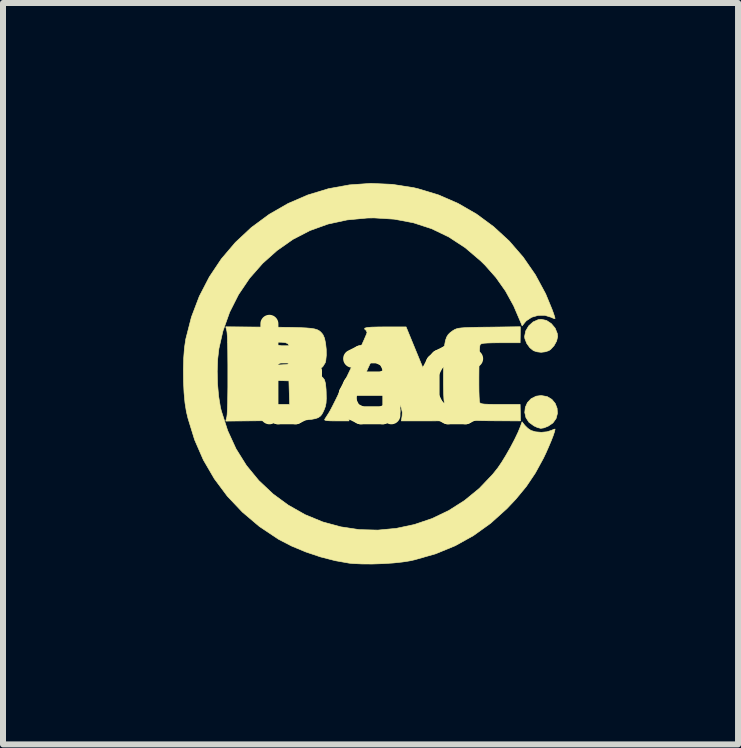
<source format=kicad_pcb>
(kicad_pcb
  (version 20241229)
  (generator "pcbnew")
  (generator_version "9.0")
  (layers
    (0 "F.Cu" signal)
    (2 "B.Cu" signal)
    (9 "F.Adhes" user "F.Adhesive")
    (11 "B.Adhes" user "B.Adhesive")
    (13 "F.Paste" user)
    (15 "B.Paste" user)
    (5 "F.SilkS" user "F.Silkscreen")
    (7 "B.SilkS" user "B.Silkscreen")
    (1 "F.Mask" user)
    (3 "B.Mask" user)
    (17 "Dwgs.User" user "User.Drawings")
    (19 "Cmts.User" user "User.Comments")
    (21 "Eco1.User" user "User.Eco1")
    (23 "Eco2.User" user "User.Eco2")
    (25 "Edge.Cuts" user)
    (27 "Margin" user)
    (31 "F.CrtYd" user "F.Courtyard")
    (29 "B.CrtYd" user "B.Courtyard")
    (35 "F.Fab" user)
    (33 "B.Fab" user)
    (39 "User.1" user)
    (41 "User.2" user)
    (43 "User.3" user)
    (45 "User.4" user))
  (footprint "bac"
    (layer "F.Cu")
    (at 3.107 3.179)
    (property "Reference" "bac" (at 0 0 0) (layer "F.SilkS") (effects (font (size 1.524 1.524) (thickness 0.3))))
    (attr through_hole)
    (fp_poly (pts (xy 2.957 0.377) (xy 3.036 0.424) (xy 3.092 0.491) (xy 3.124 0.573) (xy 3.129 0.659) (xy 3.107 0.743) (xy 3.054 0.817) (xy 2.976 0.87) (xy 2.904 0.899) (xy 2.851 0.907) (xy 2.796 0.893) (xy 2.738 0.866) (xy 2.655 0.806) (xy 2.605 0.729) (xy 2.585 0.643) (xy 2.594 0.557) (xy 2.63 0.477) (xy 2.691 0.413) (xy 2.775 0.371) (xy 2.857 0.36) (xy 2.957 0.377)) (stroke (width 0.01) (type solid)) (fill yes) (layer "F.SilkS"))
    (fp_poly (pts (xy 2.947 -0.891) (xy 3.027 -0.838) (xy 3.091 -0.762) (xy 3.127 -0.673) (xy 3.133 -0.623) (xy 3.116 -0.548) (xy 3.073 -0.47) (xy 3.015 -0.407) (xy 2.984 -0.387) (xy 2.925 -0.368) (xy 2.858 -0.36) (xy 2.857 -0.36) (xy 2.79 -0.368) (xy 2.731 -0.387) (xy 2.731 -0.387) (xy 2.67 -0.436) (xy 2.618 -0.508) (xy 2.587 -0.587) (xy 2.582 -0.623) (xy 2.601 -0.716) (xy 2.651 -0.8) (xy 2.724 -0.866) (xy 2.81 -0.904) (xy 2.857 -0.91) (xy 2.947 -0.891)) (stroke (width 0.01) (type solid)) (fill yes) (layer "F.SilkS"))
    (fp_poly (pts (xy 2.51 -0.652) (xy 2.508 -0.519) (xy 2.185 -0.519) (xy 2.057 -0.518) (xy 1.965 -0.515) (xy 1.903 -0.511) (xy 1.865 -0.503) (xy 1.845 -0.492) (xy 1.841 -0.487) (xy 1.835 -0.457) (xy 1.831 -0.393) (xy 1.827 -0.302) (xy 1.824 -0.192) (xy 1.822 -0.07) (xy 1.821 0.056) (xy 1.821 0.178) (xy 1.822 0.289) (xy 1.825 0.38) (xy 1.829 0.445) (xy 1.833 0.475) (xy 1.844 0.487) (xy 1.867 0.497) (xy 1.91 0.503) (xy 1.979 0.506) (xy 2.08 0.508) (xy 2.177 0.508) (xy 2.508 0.508) (xy 2.511 0.646) (xy 2.514 0.783) (xy 2.035 0.781) (xy 1.892 0.779) (xy 1.758 0.776) (xy 1.642 0.772) (xy 1.55 0.766) (xy 1.49 0.76) (xy 1.476 0.758) (xy 1.376 0.71) (xy 1.301 0.63) (xy 1.253 0.521) (xy 1.248 0.503) (xy 1.239 0.432) (xy 1.233 0.322) (xy 1.23 0.175) (xy 1.23 -0.005) (xy 1.231 -0.064) (xy 1.235 -0.235) (xy 1.24 -0.371) (xy 1.249 -0.475) (xy 1.263 -0.553) (xy 1.283 -0.612) (xy 1.31 -0.656) (xy 1.346 -0.691) (xy 1.392 -0.724) (xy 1.394 -0.725) (xy 1.42 -0.74) (xy 1.447 -0.751) (xy 1.481 -0.76) (xy 1.529 -0.766) (xy 1.594 -0.771) (xy 1.684 -0.774) (xy 1.804 -0.777) (xy 1.959 -0.779) (xy 1.991 -0.779) (xy 2.511 -0.786) (xy 2.51 -0.652)) (stroke (width 0.01) (type solid)) (fill yes) (layer "F.SilkS"))
    (fp_poly (pts (xy 0.899 -0.075) (xy 0.968 0.091) (xy 1.033 0.246) (xy 1.094 0.387) (xy 1.147 0.509) (xy 1.191 0.605) (xy 1.223 0.671) (xy 1.24 0.701) (xy 1.272 0.746) (xy 1.29 0.774) (xy 1.291 0.777) (xy 1.271 0.779) (xy 1.215 0.781) (xy 1.131 0.782) (xy 1.024 0.783) (xy 0.91 0.783) (xy 0.529 0.783) (xy 0.542 0.701) (xy 0.545 0.64) (xy 0.531 0.574) (xy 0.497 0.489) (xy 0.439 0.36) (xy -0.232 0.36) (xy -0.298 0.491) (xy -0.337 0.575) (xy -0.354 0.639) (xy -0.354 0.698) (xy -0.354 0.702) (xy -0.343 0.783) (xy -0.554 0.783) (xy -0.652 0.782) (xy -0.714 0.778) (xy -0.745 0.77) (xy -0.749 0.758) (xy -0.748 0.757) (xy -0.727 0.724) (xy -0.693 0.671) (xy -0.677 0.646) (xy -0.654 0.606) (xy -0.617 0.535) (xy -0.569 0.44) (xy -0.513 0.325) (xy -0.45 0.196) (xy -0.397 0.085) (xy -0.099 0.085) (xy -0.088 0.096) (xy -0.056 0.102) (xy 0.003 0.105) (xy 0.097 0.106) (xy 0.114 0.106) (xy 0.339 0.106) (xy 0.306 0.026) (xy 0.281 -0.032) (xy 0.248 -0.114) (xy 0.211 -0.202) (xy 0.207 -0.212) (xy 0.175 -0.288) (xy 0.148 -0.348) (xy 0.13 -0.383) (xy 0.128 -0.387) (xy 0.115 -0.374) (xy 0.089 -0.331) (xy 0.054 -0.265) (xy 0.015 -0.184) (xy -0.027 -0.095) (xy -0.065 -0.008) (xy -0.096 0.069) (xy -0.099 0.085) (xy -0.397 0.085) (xy -0.384 0.059) (xy -0.317 -0.081) (xy -0.252 -0.219) (xy -0.191 -0.349) (xy -0.138 -0.466) (xy -0.094 -0.563) (xy -0.062 -0.637) (xy -0.045 -0.68) (xy -0.042 -0.689) (xy -0.056 -0.724) (xy -0.064 -0.73) (xy -0.084 -0.749) (xy -0.078 -0.763) (xy -0.04 -0.773) (xy 0.031 -0.779) (xy 0.138 -0.782) (xy 0.262 -0.783) (xy 0.608 -0.783) (xy 0.899 -0.075)) (stroke (width 0.01) (type solid)) (fill yes) (layer "F.SilkS"))
    (fp_poly (pts (xy -1.669 -0.779) (xy -1.463 -0.777) (xy -1.295 -0.775) (xy -1.161 -0.771) (xy -1.056 -0.766) (xy -0.975 -0.759) (xy -0.915 -0.749) (xy -0.87 -0.735) (xy -0.837 -0.717) (xy -0.811 -0.695) (xy -0.787 -0.667) (xy -0.776 -0.652) (xy -0.751 -0.595) (xy -0.733 -0.51) (xy -0.722 -0.41) (xy -0.721 -0.309) (xy -0.73 -0.222) (xy -0.739 -0.186) (xy -0.781 -0.119) (xy -0.854 -0.069) (xy -0.944 -0.042) (xy -0.969 -0.04) (xy -0.993 -0.036) (xy -0.982 -0.027) (xy -0.934 -0.009) (xy -0.916 -0.003) (xy -0.837 0.025) (xy -0.784 0.056) (xy -0.751 0.099) (xy -0.734 0.163) (xy -0.725 0.256) (xy -0.723 0.305) (xy -0.721 0.41) (xy -0.725 0.485) (xy -0.737 0.544) (xy -0.758 0.6) (xy -0.778 0.643) (xy -0.798 0.678) (xy -0.823 0.706) (xy -0.857 0.729) (xy -0.904 0.745) (xy -0.968 0.757) (xy -1.054 0.766) (xy -1.166 0.771) (xy -1.309 0.775) (xy -1.485 0.777) (xy -1.669 0.779) (xy -2.396 0.786) (xy -2.378 0.716) (xy -2.373 0.674) (xy -2.369 0.597) (xy -2.366 0.508) (xy -1.757 0.508) (xy -1.332 0.508) (xy -1.344 0.116) (xy -1.757 0.104) (xy -1.757 0.508) (xy -2.366 0.508) (xy -2.365 0.491) (xy -2.363 0.362) (xy -2.361 0.218) (xy -2.361 0.064) (xy -2.361 -0.093) (xy -2.361 -0.148) (xy -1.757 -0.148) (xy -1.579 -0.148) (xy -1.492 -0.15) (xy -1.42 -0.154) (xy -1.374 -0.159) (xy -1.367 -0.161) (xy -1.349 -0.177) (xy -1.339 -0.213) (xy -1.334 -0.277) (xy -1.333 -0.338) (xy -1.334 -0.418) (xy -1.341 -0.471) (xy -1.362 -0.504) (xy -1.403 -0.521) (xy -1.47 -0.528) (xy -1.573 -0.529) (xy -1.593 -0.529) (xy -1.757 -0.529) (xy -1.757 -0.148) (xy -2.361 -0.148) (xy -2.362 -0.246) (xy -2.363 -0.388) (xy -2.366 -0.513) (xy -2.369 -0.614) (xy -2.374 -0.685) (xy -2.378 -0.715) (xy -2.396 -0.785) (xy -1.669 -0.779)) (stroke (width 0.01) (type solid)) (fill yes) (layer "F.SilkS"))
    (fp_poly (pts (xy 0.379 -3.158) (xy 0.736 -3.102) (xy 0.804 -3.086) (xy 1.148 -2.982) (xy 1.474 -2.84) (xy 1.781 -2.663) (xy 2.066 -2.453) (xy 2.327 -2.213) (xy 2.559 -1.945) (xy 2.762 -1.651) (xy 2.933 -1.334) (xy 3.039 -1.077) (xy 3.065 -1.006) (xy 3.083 -0.951) (xy 3.09 -0.923) (xy 3.09 -0.923) (xy 3.074 -0.922) (xy 3.034 -0.938) (xy 3.023 -0.944) (xy 2.919 -0.976) (xy 2.808 -0.975) (xy 2.701 -0.944) (xy 2.611 -0.885) (xy 2.585 -0.855) (xy 2.541 -0.8) (xy 2.52 -0.854) (xy 2.4 -1.134) (xy 2.264 -1.381) (xy 2.105 -1.606) (xy 1.919 -1.816) (xy 1.847 -1.886) (xy 1.592 -2.103) (xy 1.32 -2.281) (xy 1.033 -2.419) (xy 0.729 -2.518) (xy 0.41 -2.578) (xy 0.075 -2.599) (xy -0.042 -2.597) (xy -0.377 -2.565) (xy -0.694 -2.496) (xy -0.994 -2.388) (xy -1.276 -2.242) (xy -1.541 -2.056) (xy -1.78 -1.843) (xy -1.999 -1.594) (xy -2.183 -1.322) (xy -2.331 -1.029) (xy -2.443 -0.715) (xy -2.51 -0.422) (xy -2.531 -0.244) (xy -2.538 -0.043) (xy -2.533 0.167) (xy -2.515 0.371) (xy -2.485 0.555) (xy -2.47 0.616) (xy -2.364 0.945) (xy -2.225 1.248) (xy -2.052 1.525) (xy -1.846 1.776) (xy -1.607 2.001) (xy -1.356 2.185) (xy -1.074 2.345) (xy -0.78 2.466) (xy -0.478 2.548) (xy -0.171 2.594) (xy 0.138 2.602) (xy 0.445 2.573) (xy 0.746 2.509) (xy 1.039 2.41) (xy 1.319 2.276) (xy 1.583 2.108) (xy 1.828 1.907) (xy 2.051 1.673) (xy 2.137 1.565) (xy 2.201 1.471) (xy 2.273 1.353) (xy 2.347 1.223) (xy 2.416 1.092) (xy 2.474 0.971) (xy 2.514 0.873) (xy 2.515 0.87) (xy 2.54 0.798) (xy 2.584 0.855) (xy 2.635 0.906) (xy 2.689 0.942) (xy 2.765 0.965) (xy 2.861 0.973) (xy 2.956 0.964) (xy 3.028 0.941) (xy 3.07 0.923) (xy 3.09 0.919) (xy 3.09 0.92) (xy 3.082 0.959) (xy 3.059 1.028) (xy 3.025 1.116) (xy 2.983 1.215) (xy 2.938 1.317) (xy 2.895 1.407) (xy 2.761 1.652) (xy 2.612 1.874) (xy 2.438 2.085) (xy 2.287 2.245) (xy 2.016 2.489) (xy 1.73 2.694) (xy 1.426 2.863) (xy 1.1 2.997) (xy 0.749 3.097) (xy 0.679 3.113) (xy 0.551 3.133) (xy 0.395 3.15) (xy 0.221 3.161) (xy 0.043 3.167) (xy -0.126 3.166) (xy -0.275 3.159) (xy -0.339 3.153) (xy -0.57 3.112) (xy -0.816 3.049) (xy -1.063 2.966) (xy -1.296 2.869) (xy -1.502 2.763) (xy -1.523 2.751) (xy -1.837 2.541) (xy -2.119 2.302) (xy -2.37 2.037) (xy -2.586 1.747) (xy -2.769 1.433) (xy -2.915 1.098) (xy -3.025 0.741) (xy -3.052 0.628) (xy -3.075 0.485) (xy -3.091 0.313) (xy -3.1 0.123) (xy -3.102 -0.072) (xy -3.097 -0.261) (xy -3.084 -0.433) (xy -3.063 -0.575) (xy -3.062 -0.581) (xy -2.968 -0.947) (xy -2.837 -1.292) (xy -2.67 -1.615) (xy -2.47 -1.915) (xy -2.236 -2.19) (xy -1.971 -2.438) (xy -1.674 -2.657) (xy -1.671 -2.659) (xy -1.358 -2.839) (xy -1.029 -2.981) (xy -0.687 -3.085) (xy -0.336 -3.149) (xy 0.02 -3.174) (xy 0.379 -3.158)) (stroke (width 0.01) (type solid)) (fill yes) (layer "F.SilkS")))
  (gr_rect
    (start -3 -3)
    (end 9.245 9.351)
    (stroke (width 0.1) (type default))
    (fill no)
    (layer "Edge.Cuts")))
</source>
